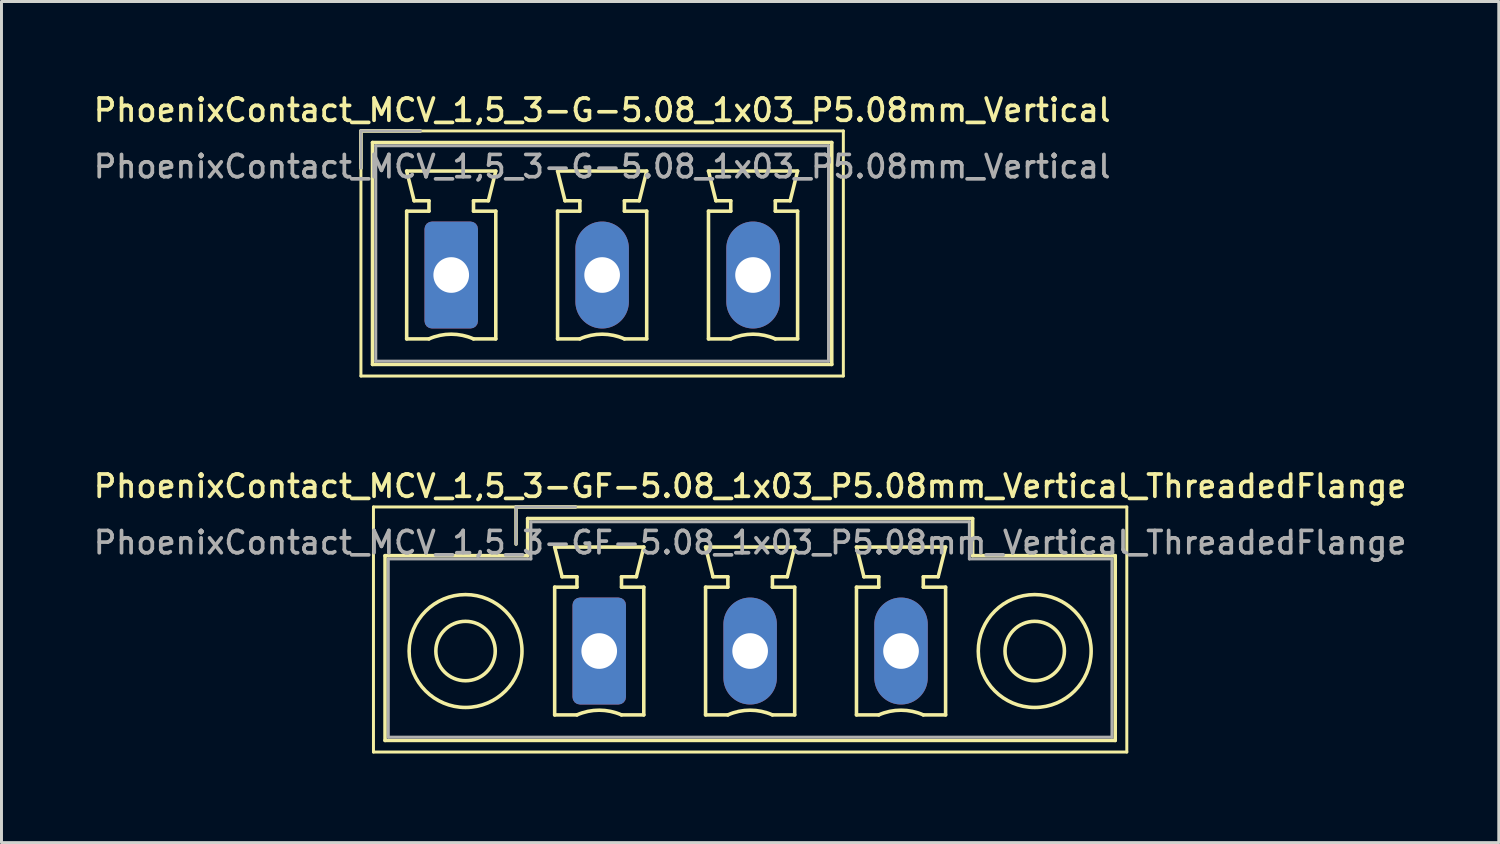
<source format=kicad_pcb>
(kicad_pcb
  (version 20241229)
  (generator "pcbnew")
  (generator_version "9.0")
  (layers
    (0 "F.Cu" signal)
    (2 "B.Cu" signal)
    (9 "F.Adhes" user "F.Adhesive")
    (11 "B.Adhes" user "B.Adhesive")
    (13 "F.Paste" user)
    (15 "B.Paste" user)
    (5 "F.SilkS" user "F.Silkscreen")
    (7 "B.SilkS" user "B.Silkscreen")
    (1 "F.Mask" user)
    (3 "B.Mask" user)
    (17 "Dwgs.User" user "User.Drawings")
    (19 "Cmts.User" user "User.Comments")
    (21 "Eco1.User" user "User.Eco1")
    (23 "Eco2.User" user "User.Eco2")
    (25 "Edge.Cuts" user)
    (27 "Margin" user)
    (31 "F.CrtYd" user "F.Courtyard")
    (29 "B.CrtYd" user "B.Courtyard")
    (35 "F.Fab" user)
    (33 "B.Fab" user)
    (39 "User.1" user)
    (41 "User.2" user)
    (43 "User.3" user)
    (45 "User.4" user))
  (footprint "PhoenixContact_MCV_1,5_3-G-5.08_1x03_P5.08mm_Vertical"
    (layer "F.Cu")
    (at 12.14 6.208)
    (property "Reference" "PhoenixContact_MCV_1,5_3-G-5.08_1x03_P5.08mm_Vertical" (at 5.08 -5.55 0) (layer "F.SilkS") (effects (font (size 0.75 0.75) (thickness 0.125))))
    (attr through_hole)
    (fp_line (start -3.04 -4.85) (end -3.04 3.4) (stroke (width 0.1) (type solid)) (layer "F.SilkS"))
    (fp_line (start -3.04 -4.85) (end -1.04 -4.85) (stroke (width 0.12) (type solid)) (layer "F.SilkS"))
    (fp_line (start -3.04 -3.6) (end -3.04 -4.85) (stroke (width 0.12) (type solid)) (layer "F.SilkS"))
    (fp_line (start -3.04 3.4) (end 13.2 3.4) (stroke (width 0.1) (type solid)) (layer "F.SilkS"))
    (fp_line (start -2.65 -4.46) (end -2.65 3.01) (stroke (width 0.12) (type solid)) (layer "F.SilkS"))
    (fp_line (start -2.65 3.01) (end 12.81 3.01) (stroke (width 0.12) (type solid)) (layer "F.SilkS"))
    (fp_line (start -1.5 -3.5) (end 1.5 -3.5) (stroke (width 0.12) (type solid)) (layer "F.SilkS"))
    (fp_line (start -1.5 -2.15) (end -0.75 -2.15) (stroke (width 0.12) (type solid)) (layer "F.SilkS"))
    (fp_line (start -1.5 2.15) (end -1.5 -2.15) (stroke (width 0.12) (type solid)) (layer "F.SilkS"))
    (fp_line (start -1.25 -2.5) (end -1.5 -3.5) (stroke (width 0.12) (type solid)) (layer "F.SilkS"))
    (fp_line (start -0.75 -2.5) (end -1.25 -2.5) (stroke (width 0.12) (type solid)) (layer "F.SilkS"))
    (fp_line (start -0.75 -2.15) (end -0.75 -2.5) (stroke (width 0.12) (type solid)) (layer "F.SilkS"))
    (fp_line (start -0.75 2.15) (end -1.5 2.15) (stroke (width 0.12) (type solid)) (layer "F.SilkS"))
    (fp_line (start 0.75 -2.5) (end 0.75 -2.15) (stroke (width 0.12) (type solid)) (layer "F.SilkS"))
    (fp_line (start 0.75 -2.15) (end 1.5 -2.15) (stroke (width 0.12) (type solid)) (layer "F.SilkS"))
    (fp_line (start 1.25 -2.5) (end 0.75 -2.5) (stroke (width 0.12) (type solid)) (layer "F.SilkS"))
    (fp_line (start 1.5 -3.5) (end 1.25 -2.5) (stroke (width 0.12) (type solid)) (layer "F.SilkS"))
    (fp_line (start 1.5 -2.15) (end 1.5 2.15) (stroke (width 0.12) (type solid)) (layer "F.SilkS"))
    (fp_line (start 1.5 2.15) (end 0.75 2.15) (stroke (width 0.12) (type solid)) (layer "F.SilkS"))
    (fp_line (start 3.58 -3.5) (end 6.58 -3.5) (stroke (width 0.12) (type solid)) (layer "F.SilkS"))
    (fp_line (start 3.58 -2.15) (end 4.33 -2.15) (stroke (width 0.12) (type solid)) (layer "F.SilkS"))
    (fp_line (start 3.58 2.15) (end 3.58 -2.15) (stroke (width 0.12) (type solid)) (layer "F.SilkS"))
    (fp_line (start 3.83 -2.5) (end 3.58 -3.5) (stroke (width 0.12) (type solid)) (layer "F.SilkS"))
    (fp_line (start 4.33 -2.5) (end 3.83 -2.5) (stroke (width 0.12) (type solid)) (layer "F.SilkS"))
    (fp_line (start 4.33 -2.15) (end 4.33 -2.5) (stroke (width 0.12) (type solid)) (layer "F.SilkS"))
    (fp_line (start 4.33 2.15) (end 3.58 2.15) (stroke (width 0.12) (type solid)) (layer "F.SilkS"))
    (fp_line (start 5.83 -2.5) (end 5.83 -2.15) (stroke (width 0.12) (type solid)) (layer "F.SilkS"))
    (fp_line (start 5.83 -2.15) (end 6.58 -2.15) (stroke (width 0.12) (type solid)) (layer "F.SilkS"))
    (fp_line (start 6.33 -2.5) (end 5.83 -2.5) (stroke (width 0.12) (type solid)) (layer "F.SilkS"))
    (fp_line (start 6.58 -3.5) (end 6.33 -2.5) (stroke (width 0.12) (type solid)) (layer "F.SilkS"))
    (fp_line (start 6.58 -2.15) (end 6.58 2.15) (stroke (width 0.12) (type solid)) (layer "F.SilkS"))
    (fp_line (start 6.58 2.15) (end 5.83 2.15) (stroke (width 0.12) (type solid)) (layer "F.SilkS"))
    (fp_line (start 8.66 -3.5) (end 11.66 -3.5) (stroke (width 0.12) (type solid)) (layer "F.SilkS"))
    (fp_line (start 8.66 -2.15) (end 9.41 -2.15) (stroke (width 0.12) (type solid)) (layer "F.SilkS"))
    (fp_line (start 8.66 2.15) (end 8.66 -2.15) (stroke (width 0.12) (type solid)) (layer "F.SilkS"))
    (fp_line (start 8.91 -2.5) (end 8.66 -3.5) (stroke (width 0.12) (type solid)) (layer "F.SilkS"))
    (fp_line (start 9.41 -2.5) (end 8.91 -2.5) (stroke (width 0.12) (type solid)) (layer "F.SilkS"))
    (fp_line (start 9.41 -2.15) (end 9.41 -2.5) (stroke (width 0.12) (type solid)) (layer "F.SilkS"))
    (fp_line (start 9.41 2.15) (end 8.66 2.15) (stroke (width 0.12) (type solid)) (layer "F.SilkS"))
    (fp_line (start 10.91 -2.5) (end 10.91 -2.15) (stroke (width 0.12) (type solid)) (layer "F.SilkS"))
    (fp_line (start 10.91 -2.15) (end 11.66 -2.15) (stroke (width 0.12) (type solid)) (layer "F.SilkS"))
    (fp_line (start 11.41 -2.5) (end 10.91 -2.5) (stroke (width 0.12) (type solid)) (layer "F.SilkS"))
    (fp_line (start 11.66 -3.5) (end 11.41 -2.5) (stroke (width 0.12) (type solid)) (layer "F.SilkS"))
    (fp_line (start 11.66 -2.15) (end 11.66 2.15) (stroke (width 0.12) (type solid)) (layer "F.SilkS"))
    (fp_line (start 11.66 2.15) (end 10.91 2.15) (stroke (width 0.12) (type solid)) (layer "F.SilkS"))
    (fp_line (start 12.81 -4.46) (end -2.65 -4.46) (stroke (width 0.12) (type solid)) (layer "F.SilkS"))
    (fp_line (start 12.81 3.01) (end 12.81 -4.46) (stroke (width 0.12) (type solid)) (layer "F.SilkS"))
    (fp_line (start 13.2 -4.85) (end -3.04 -4.85) (stroke (width 0.1) (type solid)) (layer "F.SilkS"))
    (fp_line (start 13.2 3.4) (end 13.2 -4.85) (stroke (width 0.1) (type solid)) (layer "F.SilkS"))
    (fp_arc (start -0.75 2.15) (mid -0.000193 1.99191) (end 0.749647 2.149844) (stroke (width 0.12) (type solid)) (layer "F.SilkS"))
    (fp_arc (start 4.33 2.15) (mid 5.079807 1.99191) (end 5.829647 2.149844) (stroke (width 0.12) (type solid)) (layer "F.SilkS"))
    (fp_arc (start 9.41 2.15) (mid 10.159807 1.99191) (end 10.909647 2.149844) (stroke (width 0.12) (type solid)) (layer "F.SilkS"))
    (fp_line (start -3.04 -4.85) (end -1.04 -4.85) (stroke (width 0.1) (type solid)) (layer "F.Fab"))
    (fp_line (start -3.04 -3.6) (end -3.04 -4.85) (stroke (width 0.1) (type solid)) (layer "F.Fab"))
    (fp_line (start -2.54 -4.35) (end -2.54 2.9) (stroke (width 0.1) (type solid)) (layer "F.Fab"))
    (fp_line (start -2.54 2.9) (end 12.7 2.9) (stroke (width 0.1) (type solid)) (layer "F.Fab"))
    (fp_line (start 12.7 -4.35) (end -2.54 -4.35) (stroke (width 0.1) (type solid)) (layer "F.Fab"))
    (fp_line (start 12.7 2.9) (end 12.7 -4.35) (stroke (width 0.1) (type solid)) (layer "F.Fab"))
    (fp_text user "${REFERENCE}" (at 5.08 -3.65 0) (layer "F.Fab") (effects (font (size 0.75 0.75) (thickness 0.125))))
    (pad "1" thru_hole roundrect (at 0 0) (size 1.8 3.6) (drill 1.2) (layers "*.Cu" "*.Mask") (roundrect_rratio 0.139))
    (pad "2" thru_hole oval (at 5.08 0) (size 1.8 3.6) (drill 1.2) (layers "*.Cu" "*.Mask"))
    (pad "3" thru_hole oval (at 10.16 0) (size 1.8 3.6) (drill 1.2) (layers "*.Cu" "*.Mask")))
  (footprint "PhoenixContact_MCV_1,5_3-GF-5.08_1x03_P5.08mm_Vertical_ThreadedFlange"
    (layer "F.Cu")
    (at 17.122 18.866)
    (property "Reference" "PhoenixContact_MCV_1,5_3-GF-5.08_1x03_P5.08mm_Vertical_ThreadedFlange" (at 5.08 -5.55 0) (layer "F.SilkS") (effects (font (size 0.75 0.75) (thickness 0.125))))
    (attr through_hole)
    (fp_line (start -7.6 -4.85) (end -7.6 3.4) (stroke (width 0.1) (type solid)) (layer "F.SilkS"))
    (fp_line (start -7.6 3.4) (end 17.76 3.4) (stroke (width 0.1) (type solid)) (layer "F.SilkS"))
    (fp_line (start -7.21 -3.21) (end -7.21 3.01) (stroke (width 0.12) (type solid)) (layer "F.SilkS"))
    (fp_line (start -7.21 3.01) (end 17.37 3.01) (stroke (width 0.12) (type solid)) (layer "F.SilkS"))
    (fp_line (start -2.8 -4.85) (end -0.8 -4.85) (stroke (width 0.12) (type solid)) (layer "F.SilkS"))
    (fp_line (start -2.8 -3.6) (end -2.8 -4.85) (stroke (width 0.12) (type solid)) (layer "F.SilkS"))
    (fp_line (start -2.41 -4.46) (end -2.41 -3.21) (stroke (width 0.12) (type solid)) (layer "F.SilkS"))
    (fp_line (start -2.41 -3.21) (end -7.21 -3.21) (stroke (width 0.12) (type solid)) (layer "F.SilkS"))
    (fp_line (start -1.5 -3.5) (end 1.5 -3.5) (stroke (width 0.12) (type solid)) (layer "F.SilkS"))
    (fp_line (start -1.5 -2.15) (end -0.75 -2.15) (stroke (width 0.12) (type solid)) (layer "F.SilkS"))
    (fp_line (start -1.5 2.15) (end -1.5 -2.15) (stroke (width 0.12) (type solid)) (layer "F.SilkS"))
    (fp_line (start -1.25 -2.5) (end -1.5 -3.5) (stroke (width 0.12) (type solid)) (layer "F.SilkS"))
    (fp_line (start -0.75 -2.5) (end -1.25 -2.5) (stroke (width 0.12) (type solid)) (layer "F.SilkS"))
    (fp_line (start -0.75 -2.15) (end -0.75 -2.5) (stroke (width 0.12) (type solid)) (layer "F.SilkS"))
    (fp_line (start -0.75 2.15) (end -1.5 2.15) (stroke (width 0.12) (type solid)) (layer "F.SilkS"))
    (fp_line (start 0.75 -2.5) (end 0.75 -2.15) (stroke (width 0.12) (type solid)) (layer "F.SilkS"))
    (fp_line (start 0.75 -2.15) (end 1.5 -2.15) (stroke (width 0.12) (type solid)) (layer "F.SilkS"))
    (fp_line (start 1.25 -2.5) (end 0.75 -2.5) (stroke (width 0.12) (type solid)) (layer "F.SilkS"))
    (fp_line (start 1.5 -3.5) (end 1.25 -2.5) (stroke (width 0.12) (type solid)) (layer "F.SilkS"))
    (fp_line (start 1.5 -2.15) (end 1.5 2.15) (stroke (width 0.12) (type solid)) (layer "F.SilkS"))
    (fp_line (start 1.5 2.15) (end 0.75 2.15) (stroke (width 0.12) (type solid)) (layer "F.SilkS"))
    (fp_line (start 3.58 -3.5) (end 6.58 -3.5) (stroke (width 0.12) (type solid)) (layer "F.SilkS"))
    (fp_line (start 3.58 -2.15) (end 4.33 -2.15) (stroke (width 0.12) (type solid)) (layer "F.SilkS"))
    (fp_line (start 3.58 2.15) (end 3.58 -2.15) (stroke (width 0.12) (type solid)) (layer "F.SilkS"))
    (fp_line (start 3.83 -2.5) (end 3.58 -3.5) (stroke (width 0.12) (type solid)) (layer "F.SilkS"))
    (fp_line (start 4.33 -2.5) (end 3.83 -2.5) (stroke (width 0.12) (type solid)) (layer "F.SilkS"))
    (fp_line (start 4.33 -2.15) (end 4.33 -2.5) (stroke (width 0.12) (type solid)) (layer "F.SilkS"))
    (fp_line (start 4.33 2.15) (end 3.58 2.15) (stroke (width 0.12) (type solid)) (layer "F.SilkS"))
    (fp_line (start 5.83 -2.5) (end 5.83 -2.15) (stroke (width 0.12) (type solid)) (layer "F.SilkS"))
    (fp_line (start 5.83 -2.15) (end 6.58 -2.15) (stroke (width 0.12) (type solid)) (layer "F.SilkS"))
    (fp_line (start 6.33 -2.5) (end 5.83 -2.5) (stroke (width 0.12) (type solid)) (layer "F.SilkS"))
    (fp_line (start 6.58 -3.5) (end 6.33 -2.5) (stroke (width 0.12) (type solid)) (layer "F.SilkS"))
    (fp_line (start 6.58 -2.15) (end 6.58 2.15) (stroke (width 0.12) (type solid)) (layer "F.SilkS"))
    (fp_line (start 6.58 2.15) (end 5.83 2.15) (stroke (width 0.12) (type solid)) (layer "F.SilkS"))
    (fp_line (start 8.66 -3.5) (end 11.66 -3.5) (stroke (width 0.12) (type solid)) (layer "F.SilkS"))
    (fp_line (start 8.66 -2.15) (end 9.41 -2.15) (stroke (width 0.12) (type solid)) (layer "F.SilkS"))
    (fp_line (start 8.66 2.15) (end 8.66 -2.15) (stroke (width 0.12) (type solid)) (layer "F.SilkS"))
    (fp_line (start 8.91 -2.5) (end 8.66 -3.5) (stroke (width 0.12) (type solid)) (layer "F.SilkS"))
    (fp_line (start 9.41 -2.5) (end 8.91 -2.5) (stroke (width 0.12) (type solid)) (layer "F.SilkS"))
    (fp_line (start 9.41 -2.15) (end 9.41 -2.5) (stroke (width 0.12) (type solid)) (layer "F.SilkS"))
    (fp_line (start 9.41 2.15) (end 8.66 2.15) (stroke (width 0.12) (type solid)) (layer "F.SilkS"))
    (fp_line (start 10.91 -2.5) (end 10.91 -2.15) (stroke (width 0.12) (type solid)) (layer "F.SilkS"))
    (fp_line (start 10.91 -2.15) (end 11.66 -2.15) (stroke (width 0.12) (type solid)) (layer "F.SilkS"))
    (fp_line (start 11.41 -2.5) (end 10.91 -2.5) (stroke (width 0.12) (type solid)) (layer "F.SilkS"))
    (fp_line (start 11.66 -3.5) (end 11.41 -2.5) (stroke (width 0.12) (type solid)) (layer "F.SilkS"))
    (fp_line (start 11.66 -2.15) (end 11.66 2.15) (stroke (width 0.12) (type solid)) (layer "F.SilkS"))
    (fp_line (start 11.66 2.15) (end 10.91 2.15) (stroke (width 0.12) (type solid)) (layer "F.SilkS"))
    (fp_line (start 12.57 -4.46) (end -2.41 -4.46) (stroke (width 0.12) (type solid)) (layer "F.SilkS"))
    (fp_line (start 12.57 -3.21) (end 12.57 -4.46) (stroke (width 0.12) (type solid)) (layer "F.SilkS"))
    (fp_line (start 17.37 -3.21) (end 12.57 -3.21) (stroke (width 0.12) (type solid)) (layer "F.SilkS"))
    (fp_line (start 17.37 3.01) (end 17.37 -3.21) (stroke (width 0.12) (type solid)) (layer "F.SilkS"))
    (fp_line (start 17.76 -4.85) (end -7.6 -4.85) (stroke (width 0.1) (type solid)) (layer "F.SilkS"))
    (fp_line (start 17.76 3.4) (end 17.76 -4.85) (stroke (width 0.1) (type solid)) (layer "F.SilkS"))
    (fp_arc (start -0.75 2.15) (mid -0.000193 1.99191) (end 0.749647 2.149844) (stroke (width 0.12) (type solid)) (layer "F.SilkS"))
    (fp_arc (start 4.33 2.15) (mid 5.079807 1.99191) (end 5.829647 2.149844) (stroke (width 0.12) (type solid)) (layer "F.SilkS"))
    (fp_arc (start 9.41 2.15) (mid 10.159807 1.99191) (end 10.909647 2.149844) (stroke (width 0.12) (type solid)) (layer "F.SilkS"))
    (fp_circle (center -4.5 0) (end -3.5 0) (stroke (width 0.12) (type solid)) (fill no) (layer "F.SilkS"))
    (fp_circle (center -4.5 0) (end -2.6 0) (stroke (width 0.12) (type solid)) (fill no) (layer "F.SilkS"))
    (fp_circle (center 14.66 0) (end 15.66 0) (stroke (width 0.12) (type solid)) (fill no) (layer "F.SilkS"))
    (fp_circle (center 14.66 0) (end 16.56 0) (stroke (width 0.12) (type solid)) (fill no) (layer "F.SilkS"))
    (fp_line (start -7.1 -3.1) (end -7.1 2.9) (stroke (width 0.1) (type solid)) (layer "F.Fab"))
    (fp_line (start -7.1 2.9) (end 17.26 2.9) (stroke (width 0.1) (type solid)) (layer "F.Fab"))
    (fp_line (start -2.8 -4.85) (end -0.8 -4.85) (stroke (width 0.1) (type solid)) (layer "F.Fab"))
    (fp_line (start -2.8 -3.6) (end -2.8 -4.85) (stroke (width 0.1) (type solid)) (layer "F.Fab"))
    (fp_line (start -2.3 -4.35) (end -2.3 -3.1) (stroke (width 0.1) (type solid)) (layer "F.Fab"))
    (fp_line (start -2.3 -3.1) (end -7.1 -3.1) (stroke (width 0.1) (type solid)) (layer "F.Fab"))
    (fp_line (start 12.46 -4.35) (end -2.3 -4.35) (stroke (width 0.1) (type solid)) (layer "F.Fab"))
    (fp_line (start 12.46 -3.1) (end 12.46 -4.35) (stroke (width 0.1) (type solid)) (layer "F.Fab"))
    (fp_line (start 17.26 -3.1) (end 12.46 -3.1) (stroke (width 0.1) (type solid)) (layer "F.Fab"))
    (fp_line (start 17.26 2.9) (end 17.26 -3.1) (stroke (width 0.1) (type solid)) (layer "F.Fab"))
    (fp_text user "${REFERENCE}" (at 5.08 -3.65 0) (layer "F.Fab") (effects (font (size 0.75 0.75) (thickness 0.125))))
    (pad "1" thru_hole roundrect (at 0 0) (size 1.8 3.6) (drill 1.2) (layers "*.Cu" "*.Mask") (roundrect_rratio 0.139))
    (pad "2" thru_hole oval (at 5.08 0) (size 1.8 3.6) (drill 1.2) (layers "*.Cu" "*.Mask"))
    (pad "3" thru_hole oval (at 10.16 0) (size 1.8 3.6) (drill 1.2) (layers "*.Cu" "*.Mask")))
  (gr_rect
    (start -3 -3)
    (end 47.404 25.316)
    (stroke (width 0.1) (type default))
    (fill no)
    (layer "Edge.Cuts")))
</source>
